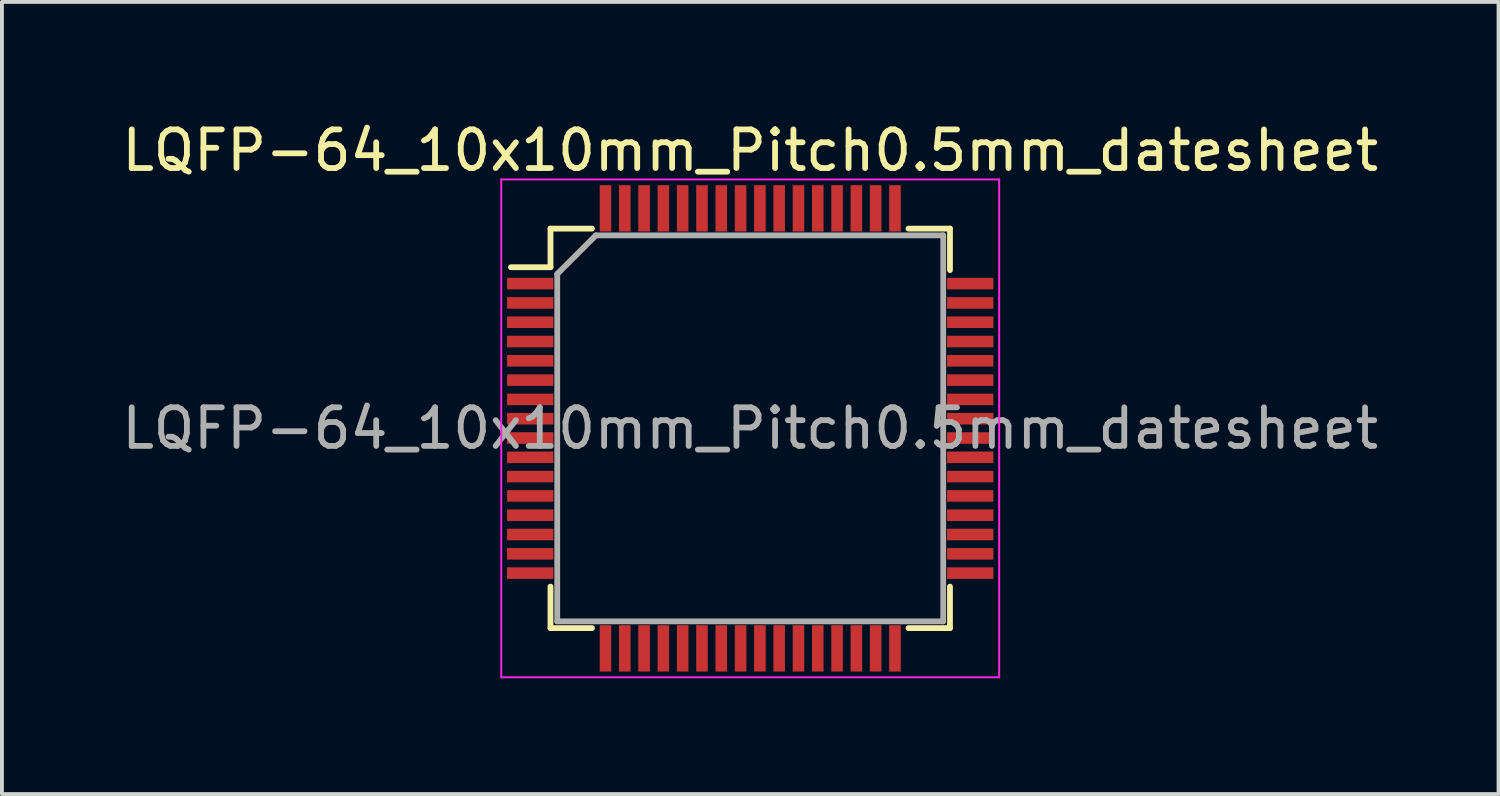
<source format=kicad_pcb>
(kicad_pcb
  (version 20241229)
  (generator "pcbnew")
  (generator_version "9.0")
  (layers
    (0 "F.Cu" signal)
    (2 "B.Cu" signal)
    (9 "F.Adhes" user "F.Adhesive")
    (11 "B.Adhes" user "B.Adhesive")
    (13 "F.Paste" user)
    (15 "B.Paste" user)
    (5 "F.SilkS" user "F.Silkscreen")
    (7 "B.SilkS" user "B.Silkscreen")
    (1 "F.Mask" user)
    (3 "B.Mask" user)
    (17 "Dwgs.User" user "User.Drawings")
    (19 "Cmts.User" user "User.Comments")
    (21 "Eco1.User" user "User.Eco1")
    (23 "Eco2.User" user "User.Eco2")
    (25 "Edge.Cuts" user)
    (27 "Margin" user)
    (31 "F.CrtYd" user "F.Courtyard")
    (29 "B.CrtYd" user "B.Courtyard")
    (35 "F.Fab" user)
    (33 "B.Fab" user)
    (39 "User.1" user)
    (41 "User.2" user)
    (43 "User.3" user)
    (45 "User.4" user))
  (footprint "LQFP-64_10x10mm_Pitch0.5mm_datesheet"
    (layer "F.Cu")
    (at 16.387 8.048)
    (property "Reference" "LQFP-64_10x10mm_Pitch0.5mm_datesheet" (at 0 -7.2 0) (layer "F.SilkS") (effects (font (size 1 1) (thickness 0.15))))
    (attr smd)
    (fp_line (start -5.175 -5.175) (end -5.175 -4.175) (stroke (width 0.15) (type solid)) (layer "F.SilkS"))
    (fp_line (start -5.175 -5.175) (end -4.1 -5.175) (stroke (width 0.15) (type solid)) (layer "F.SilkS"))
    (fp_line (start -5.175 -4.175) (end -6.2 -4.175) (stroke (width 0.15) (type solid)) (layer "F.SilkS"))
    (fp_line (start -5.175 5.175) (end -5.175 4.1) (stroke (width 0.15) (type solid)) (layer "F.SilkS"))
    (fp_line (start -5.175 5.175) (end -4.1 5.175) (stroke (width 0.15) (type solid)) (layer "F.SilkS"))
    (fp_line (start 5.175 -5.175) (end 4.1 -5.175) (stroke (width 0.15) (type solid)) (layer "F.SilkS"))
    (fp_line (start 5.175 -5.175) (end 5.175 -4.1) (stroke (width 0.15) (type solid)) (layer "F.SilkS"))
    (fp_line (start 5.175 5.175) (end 4.1 5.175) (stroke (width 0.15) (type solid)) (layer "F.SilkS"))
    (fp_line (start 5.175 5.175) (end 5.175 4.1) (stroke (width 0.15) (type solid)) (layer "F.SilkS"))
    (fp_line (start -6.45 -6.45) (end -6.45 6.45) (stroke (width 0.05) (type solid)) (layer "F.CrtYd"))
    (fp_line (start -6.45 -6.45) (end 6.45 -6.45) (stroke (width 0.05) (type solid)) (layer "F.CrtYd"))
    (fp_line (start -6.45 6.45) (end 6.45 6.45) (stroke (width 0.05) (type solid)) (layer "F.CrtYd"))
    (fp_line (start 6.45 -6.45) (end 6.45 6.45) (stroke (width 0.05) (type solid)) (layer "F.CrtYd"))
    (fp_line (start -5 -4) (end -4 -5) (stroke (width 0.15) (type solid)) (layer "F.Fab"))
    (fp_line (start -5 5) (end -5 -4) (stroke (width 0.15) (type solid)) (layer "F.Fab"))
    (fp_line (start -4 -5) (end 5 -5) (stroke (width 0.15) (type solid)) (layer "F.Fab"))
    (fp_line (start 5 -5) (end 5 5) (stroke (width 0.15) (type solid)) (layer "F.Fab"))
    (fp_line (start 5 5) (end -5 5) (stroke (width 0.15) (type solid)) (layer "F.Fab"))
    (fp_text user "${REFERENCE}" (at 0 0 0) (layer "F.Fab") (effects (font (size 1 1) (thickness 0.15))))
    (pad "1" smd rect (at -5.7 -3.75) (size 1.2 0.3) (layers "F.Cu" "F.Mask" "F.Paste"))
    (pad "2" smd rect (at -5.7 -3.25) (size 1.2 0.3) (layers "F.Cu" "F.Mask" "F.Paste"))
    (pad "3" smd rect (at -5.7 -2.75) (size 1.2 0.3) (layers "F.Cu" "F.Mask" "F.Paste"))
    (pad "4" smd rect (at -5.7 -2.25) (size 1.2 0.3) (layers "F.Cu" "F.Mask" "F.Paste"))
    (pad "5" smd rect (at -5.7 -1.75) (size 1.2 0.3) (layers "F.Cu" "F.Mask" "F.Paste"))
    (pad "6" smd rect (at -5.7 -1.25) (size 1.2 0.3) (layers "F.Cu" "F.Mask" "F.Paste"))
    (pad "7" smd rect (at -5.7 -0.75) (size 1.2 0.3) (layers "F.Cu" "F.Mask" "F.Paste"))
    (pad "8" smd rect (at -5.7 -0.25) (size 1.2 0.3) (layers "F.Cu" "F.Mask" "F.Paste"))
    (pad "9" smd rect (at -5.7 0.25) (size 1.2 0.3) (layers "F.Cu" "F.Mask" "F.Paste"))
    (pad "10" smd rect (at -5.7 0.75) (size 1.2 0.3) (layers "F.Cu" "F.Mask" "F.Paste"))
    (pad "11" smd rect (at -5.7 1.25) (size 1.2 0.3) (layers "F.Cu" "F.Mask" "F.Paste"))
    (pad "12" smd rect (at -5.7 1.75) (size 1.2 0.3) (layers "F.Cu" "F.Mask" "F.Paste"))
    (pad "13" smd rect (at -5.7 2.25) (size 1.2 0.3) (layers "F.Cu" "F.Mask" "F.Paste"))
    (pad "14" smd rect (at -5.7 2.75) (size 1.2 0.3) (layers "F.Cu" "F.Mask" "F.Paste"))
    (pad "15" smd rect (at -5.7 3.25) (size 1.2 0.3) (layers "F.Cu" "F.Mask" "F.Paste"))
    (pad "16" smd rect (at -5.7 3.75) (size 1.2 0.3) (layers "F.Cu" "F.Mask" "F.Paste"))
    (pad "17" smd rect (at -3.75 5.7 90) (size 1.2 0.3) (layers "F.Cu" "F.Mask" "F.Paste"))
    (pad "18" smd rect (at -3.25 5.7 90) (size 1.2 0.3) (layers "F.Cu" "F.Mask" "F.Paste"))
    (pad "19" smd rect (at -2.75 5.7 90) (size 1.2 0.3) (layers "F.Cu" "F.Mask" "F.Paste"))
    (pad "20" smd rect (at -2.25 5.7 90) (size 1.2 0.3) (layers "F.Cu" "F.Mask" "F.Paste"))
    (pad "21" smd rect (at -1.75 5.7 90) (size 1.2 0.3) (layers "F.Cu" "F.Mask" "F.Paste"))
    (pad "22" smd rect (at -1.25 5.7 90) (size 1.2 0.3) (layers "F.Cu" "F.Mask" "F.Paste"))
    (pad "23" smd rect (at -0.75 5.7 90) (size 1.2 0.3) (layers "F.Cu" "F.Mask" "F.Paste"))
    (pad "24" smd rect (at -0.25 5.7 90) (size 1.2 0.3) (layers "F.Cu" "F.Mask" "F.Paste"))
    (pad "25" smd rect (at 0.25 5.7 90) (size 1.2 0.3) (layers "F.Cu" "F.Mask" "F.Paste"))
    (pad "26" smd rect (at 0.75 5.7 90) (size 1.2 0.3) (layers "F.Cu" "F.Mask" "F.Paste"))
    (pad "27" smd rect (at 1.25 5.7 90) (size 1.2 0.3) (layers "F.Cu" "F.Mask" "F.Paste"))
    (pad "28" smd rect (at 1.75 5.7 90) (size 1.2 0.3) (layers "F.Cu" "F.Mask" "F.Paste"))
    (pad "29" smd rect (at 2.25 5.7 90) (size 1.2 0.3) (layers "F.Cu" "F.Mask" "F.Paste"))
    (pad "30" smd rect (at 2.75 5.7 90) (size 1.2 0.3) (layers "F.Cu" "F.Mask" "F.Paste"))
    (pad "31" smd rect (at 3.25 5.7 90) (size 1.2 0.3) (layers "F.Cu" "F.Mask" "F.Paste"))
    (pad "32" smd rect (at 3.75 5.7 90) (size 1.2 0.3) (layers "F.Cu" "F.Mask" "F.Paste"))
    (pad "33" smd rect (at 5.7 3.75) (size 1.2 0.3) (layers "F.Cu" "F.Mask" "F.Paste"))
    (pad "34" smd rect (at 5.7 3.25) (size 1.2 0.3) (layers "F.Cu" "F.Mask" "F.Paste"))
    (pad "35" smd rect (at 5.7 2.75) (size 1.2 0.3) (layers "F.Cu" "F.Mask" "F.Paste"))
    (pad "36" smd rect (at 5.7 2.25) (size 1.2 0.3) (layers "F.Cu" "F.Mask" "F.Paste"))
    (pad "37" smd rect (at 5.7 1.75) (size 1.2 0.3) (layers "F.Cu" "F.Mask" "F.Paste"))
    (pad "38" smd rect (at 5.7 1.25) (size 1.2 0.3) (layers "F.Cu" "F.Mask" "F.Paste"))
    (pad "39" smd rect (at 5.7 0.75) (size 1.2 0.3) (layers "F.Cu" "F.Mask" "F.Paste"))
    (pad "40" smd rect (at 5.7 0.25) (size 1.2 0.3) (layers "F.Cu" "F.Mask" "F.Paste"))
    (pad "41" smd rect (at 5.7 -0.25) (size 1.2 0.3) (layers "F.Cu" "F.Mask" "F.Paste"))
    (pad "42" smd rect (at 5.7 -0.75) (size 1.2 0.3) (layers "F.Cu" "F.Mask" "F.Paste"))
    (pad "43" smd rect (at 5.7 -1.25) (size 1.2 0.3) (layers "F.Cu" "F.Mask" "F.Paste"))
    (pad "44" smd rect (at 5.7 -1.75) (size 1.2 0.3) (layers "F.Cu" "F.Mask" "F.Paste"))
    (pad "45" smd rect (at 5.7 -2.25) (size 1.2 0.3) (layers "F.Cu" "F.Mask" "F.Paste"))
    (pad "46" smd rect (at 5.7 -2.75) (size 1.2 0.3) (layers "F.Cu" "F.Mask" "F.Paste"))
    (pad "47" smd rect (at 5.7 -3.25) (size 1.2 0.3) (layers "F.Cu" "F.Mask" "F.Paste"))
    (pad "48" smd rect (at 5.7 -3.75) (size 1.2 0.3) (layers "F.Cu" "F.Mask" "F.Paste"))
    (pad "49" smd rect (at 3.75 -5.7 90) (size 1.2 0.3) (layers "F.Cu" "F.Mask" "F.Paste"))
    (pad "50" smd rect (at 3.25 -5.7 90) (size 1.2 0.3) (layers "F.Cu" "F.Mask" "F.Paste"))
    (pad "51" smd rect (at 2.75 -5.7 90) (size 1.2 0.3) (layers "F.Cu" "F.Mask" "F.Paste"))
    (pad "52" smd rect (at 2.25 -5.7 90) (size 1.2 0.3) (layers "F.Cu" "F.Mask" "F.Paste"))
    (pad "53" smd rect (at 1.75 -5.7 90) (size 1.2 0.3) (layers "F.Cu" "F.Mask" "F.Paste"))
    (pad "54" smd rect (at 1.25 -5.7 90) (size 1.2 0.3) (layers "F.Cu" "F.Mask" "F.Paste"))
    (pad "55" smd rect (at 0.75 -5.7 90) (size 1.2 0.3) (layers "F.Cu" "F.Mask" "F.Paste"))
    (pad "56" smd rect (at 0.25 -5.7 90) (size 1.2 0.3) (layers "F.Cu" "F.Mask" "F.Paste"))
    (pad "57" smd rect (at -0.25 -5.7 90) (size 1.2 0.3) (layers "F.Cu" "F.Mask" "F.Paste"))
    (pad "58" smd rect (at -0.75 -5.7 90) (size 1.2 0.3) (layers "F.Cu" "F.Mask" "F.Paste"))
    (pad "59" smd rect (at -1.25 -5.7 90) (size 1.2 0.3) (layers "F.Cu" "F.Mask" "F.Paste"))
    (pad "60" smd rect (at -1.75 -5.7 90) (size 1.2 0.3) (layers "F.Cu" "F.Mask" "F.Paste"))
    (pad "61" smd rect (at -2.25 -5.7 90) (size 1.2 0.3) (layers "F.Cu" "F.Mask" "F.Paste"))
    (pad "62" smd rect (at -2.75 -5.7 90) (size 1.2 0.3) (layers "F.Cu" "F.Mask" "F.Paste"))
    (pad "63" smd rect (at -3.25 -5.7 90) (size 1.2 0.3) (layers "F.Cu" "F.Mask" "F.Paste"))
    (pad "64" smd rect (at -3.75 -5.7 90) (size 1.2 0.3) (layers "F.Cu" "F.Mask" "F.Paste")))
  (gr_rect
    (start -3 -3)
    (end 35.774 17.523)
    (stroke (width 0.1) (type default))
    (fill no)
    (layer "Edge.Cuts")))
</source>
